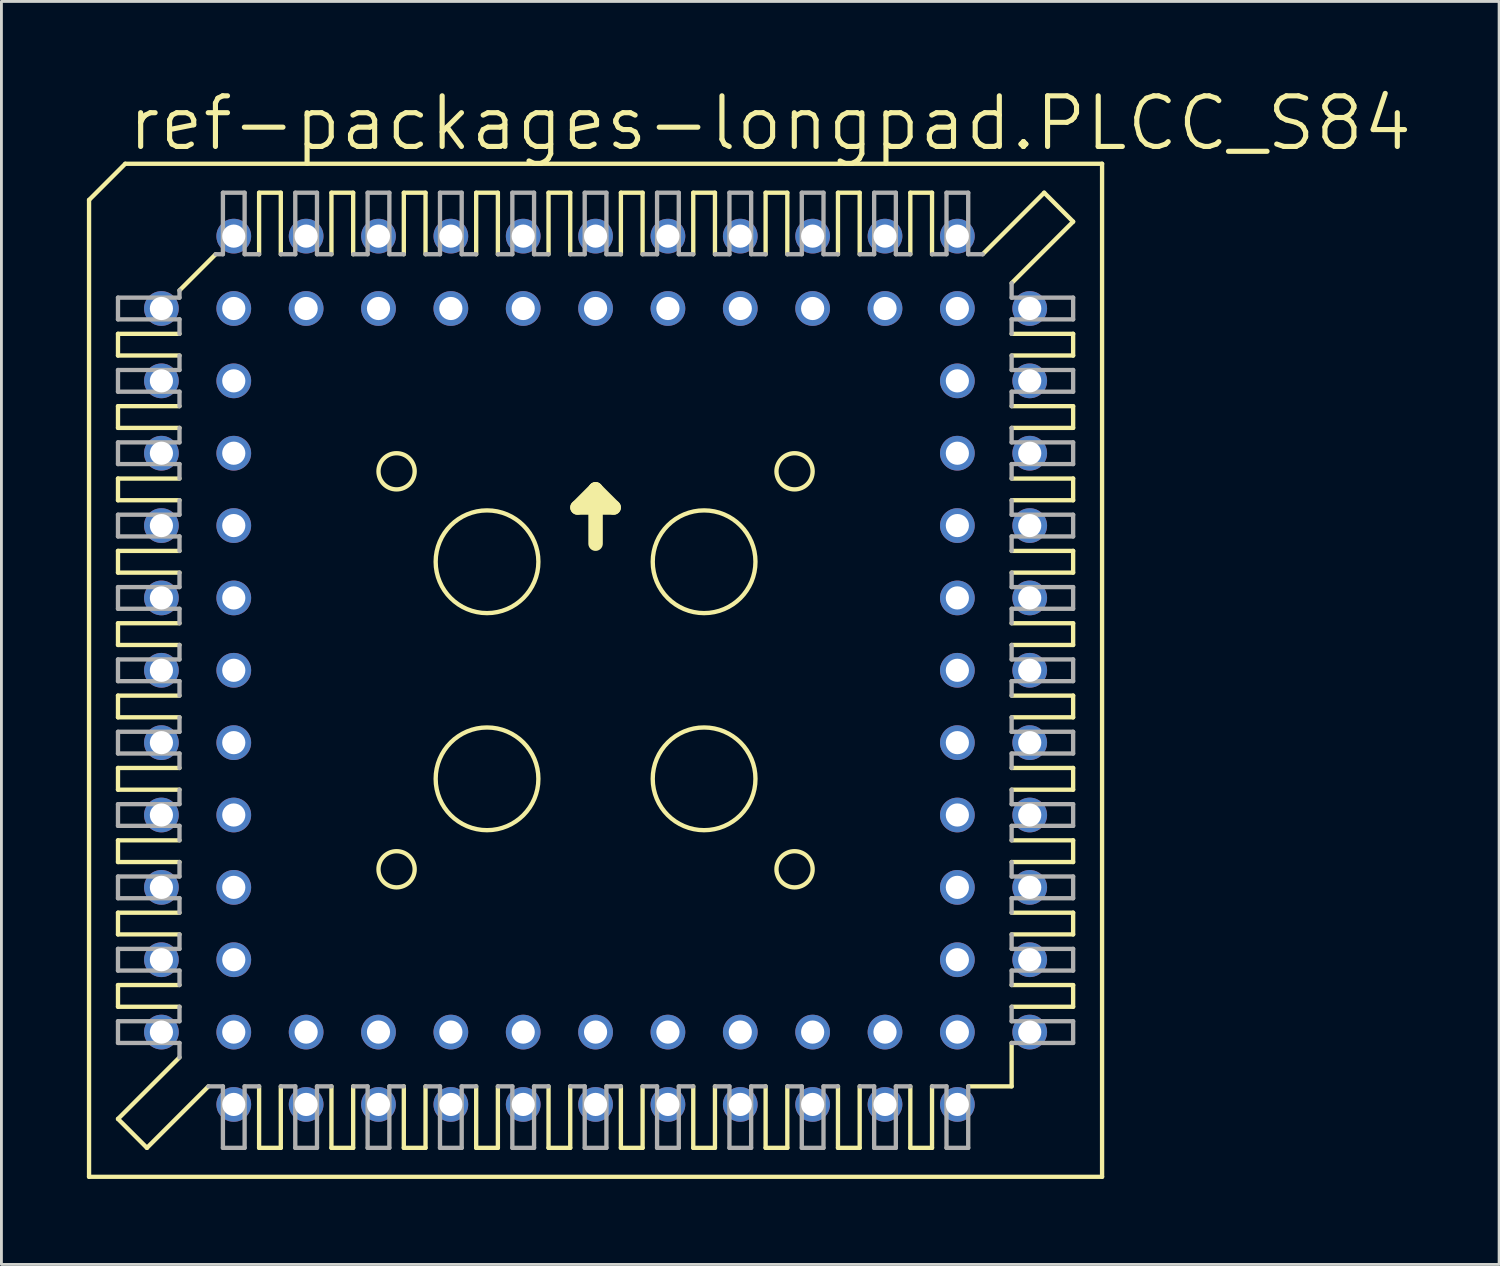
<source format=kicad_pcb>
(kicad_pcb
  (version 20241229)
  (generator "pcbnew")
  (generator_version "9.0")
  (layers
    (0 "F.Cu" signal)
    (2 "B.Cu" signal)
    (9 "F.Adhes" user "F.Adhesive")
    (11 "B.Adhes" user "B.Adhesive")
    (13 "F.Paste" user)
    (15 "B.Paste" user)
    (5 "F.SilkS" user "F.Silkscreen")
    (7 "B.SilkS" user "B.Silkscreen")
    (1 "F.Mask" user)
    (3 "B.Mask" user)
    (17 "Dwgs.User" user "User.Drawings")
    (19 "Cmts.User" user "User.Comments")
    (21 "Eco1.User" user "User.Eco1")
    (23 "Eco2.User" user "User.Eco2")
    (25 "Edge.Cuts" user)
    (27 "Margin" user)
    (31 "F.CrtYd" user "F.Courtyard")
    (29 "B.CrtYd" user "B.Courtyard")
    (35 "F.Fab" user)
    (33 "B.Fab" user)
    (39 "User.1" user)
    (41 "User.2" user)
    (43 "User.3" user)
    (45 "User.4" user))
  (footprint "ref-packages-longpad.PLCC_S84"
    (layer "F.Cu")
    (at 17.856 20.479)
    (property "Reference" "ref-packages-longpad.PLCC_S84" (at -16.51 -18.161 0) (layer "F.SilkS") (effects (font (size 1.778 1.778) (thickness 0.18)) (justify left bottom)))
    (attr through_hole)
    (fp_line (start -17.78 -16.51) (end -17.78 17.78) (stroke (width 0.152) (type default)) (layer "F.SilkS"))
    (fp_line (start -16.764 -11.811) (end -16.764 -11.049) (stroke (width 0.152) (type default)) (layer "F.SilkS"))
    (fp_line (start -16.764 -11.811) (end -14.605 -11.811) (stroke (width 0.152) (type default)) (layer "F.SilkS"))
    (fp_line (start -16.764 -9.271) (end -16.764 -8.509) (stroke (width 0.152) (type default)) (layer "F.SilkS"))
    (fp_line (start -16.764 -9.271) (end -14.605 -9.271) (stroke (width 0.152) (type default)) (layer "F.SilkS"))
    (fp_line (start -16.764 -6.731) (end -16.764 -5.969) (stroke (width 0.152) (type default)) (layer "F.SilkS"))
    (fp_line (start -16.764 -6.731) (end -14.605 -6.731) (stroke (width 0.152) (type default)) (layer "F.SilkS"))
    (fp_line (start -16.764 -4.191) (end -16.764 -3.429) (stroke (width 0.152) (type default)) (layer "F.SilkS"))
    (fp_line (start -16.764 -4.191) (end -14.605 -4.191) (stroke (width 0.152) (type default)) (layer "F.SilkS"))
    (fp_line (start -16.764 -0.889) (end -16.764 -1.651) (stroke (width 0.152) (type default)) (layer "F.SilkS"))
    (fp_line (start -16.764 -0.889) (end -14.605 -0.889) (stroke (width 0.152) (type default)) (layer "F.SilkS"))
    (fp_line (start -16.764 1.651) (end -16.764 0.889) (stroke (width 0.152) (type default)) (layer "F.SilkS"))
    (fp_line (start -16.764 1.651) (end -14.605 1.651) (stroke (width 0.152) (type default)) (layer "F.SilkS"))
    (fp_line (start -16.764 4.191) (end -16.764 3.429) (stroke (width 0.152) (type default)) (layer "F.SilkS"))
    (fp_line (start -16.764 4.191) (end -14.605 4.191) (stroke (width 0.152) (type default)) (layer "F.SilkS"))
    (fp_line (start -16.764 5.969) (end -16.764 6.731) (stroke (width 0.152) (type default)) (layer "F.SilkS"))
    (fp_line (start -16.764 5.969) (end -14.605 5.969) (stroke (width 0.152) (type default)) (layer "F.SilkS"))
    (fp_line (start -16.764 8.509) (end -16.764 9.271) (stroke (width 0.152) (type default)) (layer "F.SilkS"))
    (fp_line (start -16.764 8.509) (end -14.605 8.509) (stroke (width 0.152) (type default)) (layer "F.SilkS"))
    (fp_line (start -16.764 11.811) (end -16.764 11.049) (stroke (width 0.152) (type default)) (layer "F.SilkS"))
    (fp_line (start -16.764 11.811) (end -14.605 11.811) (stroke (width 0.152) (type default)) (layer "F.SilkS"))
    (fp_line (start -16.764 15.748) (end -14.605 13.589) (stroke (width 0.152) (type default)) (layer "F.SilkS"))
    (fp_line (start -16.51 -17.78) (end -17.78 -16.51) (stroke (width 0.152) (type default)) (layer "F.SilkS"))
    (fp_line (start -15.748 16.764) (end -16.764 15.748) (stroke (width 0.152) (type default)) (layer "F.SilkS"))
    (fp_line (start -15.748 16.764) (end -13.589 14.605) (stroke (width 0.152) (type default)) (layer "F.SilkS"))
    (fp_line (start -14.605 -13.335) (end -13.335 -14.605) (stroke (width 0.152) (type default)) (layer "F.SilkS"))
    (fp_line (start -14.605 -11.049) (end -16.764 -11.049) (stroke (width 0.152) (type default)) (layer "F.SilkS"))
    (fp_line (start -14.605 -8.509) (end -16.764 -8.509) (stroke (width 0.152) (type default)) (layer "F.SilkS"))
    (fp_line (start -14.605 -5.969) (end -16.764 -5.969) (stroke (width 0.152) (type default)) (layer "F.SilkS"))
    (fp_line (start -14.605 -3.429) (end -16.764 -3.429) (stroke (width 0.152) (type default)) (layer "F.SilkS"))
    (fp_line (start -14.605 -1.651) (end -16.764 -1.651) (stroke (width 0.152) (type default)) (layer "F.SilkS"))
    (fp_line (start -14.605 0.889) (end -16.764 0.889) (stroke (width 0.152) (type default)) (layer "F.SilkS"))
    (fp_line (start -14.605 3.429) (end -16.764 3.429) (stroke (width 0.152) (type default)) (layer "F.SilkS"))
    (fp_line (start -14.605 6.731) (end -16.764 6.731) (stroke (width 0.152) (type default)) (layer "F.SilkS"))
    (fp_line (start -14.605 9.271) (end -16.764 9.271) (stroke (width 0.152) (type default)) (layer "F.SilkS"))
    (fp_line (start -14.605 11.049) (end -16.764 11.049) (stroke (width 0.152) (type default)) (layer "F.SilkS"))
    (fp_line (start -11.811 -16.764) (end -11.811 -14.605) (stroke (width 0.152) (type default)) (layer "F.SilkS"))
    (fp_line (start -11.811 -16.764) (end -11.049 -16.764) (stroke (width 0.152) (type default)) (layer "F.SilkS"))
    (fp_line (start -11.811 16.764) (end -11.811 14.605) (stroke (width 0.152) (type default)) (layer "F.SilkS"))
    (fp_line (start -11.811 16.764) (end -11.049 16.764) (stroke (width 0.152) (type default)) (layer "F.SilkS"))
    (fp_line (start -11.049 -14.605) (end -11.049 -16.764) (stroke (width 0.152) (type default)) (layer "F.SilkS"))
    (fp_line (start -11.049 14.605) (end -11.049 16.764) (stroke (width 0.152) (type default)) (layer "F.SilkS"))
    (fp_line (start -9.271 -14.605) (end -9.271 -16.764) (stroke (width 0.152) (type default)) (layer "F.SilkS"))
    (fp_line (start -9.271 16.764) (end -9.271 14.605) (stroke (width 0.152) (type default)) (layer "F.SilkS"))
    (fp_line (start -9.271 16.764) (end -8.509 16.764) (stroke (width 0.152) (type default)) (layer "F.SilkS"))
    (fp_line (start -8.509 -16.764) (end -9.271 -16.764) (stroke (width 0.152) (type default)) (layer "F.SilkS"))
    (fp_line (start -8.509 -16.764) (end -8.509 -14.605) (stroke (width 0.152) (type default)) (layer "F.SilkS"))
    (fp_line (start -8.509 14.605) (end -8.509 16.764) (stroke (width 0.152) (type default)) (layer "F.SilkS"))
    (fp_line (start -6.731 -14.605) (end -6.731 -16.764) (stroke (width 0.152) (type default)) (layer "F.SilkS"))
    (fp_line (start -6.731 16.764) (end -6.731 14.605) (stroke (width 0.152) (type default)) (layer "F.SilkS"))
    (fp_line (start -6.731 16.764) (end -5.969 16.764) (stroke (width 0.152) (type default)) (layer "F.SilkS"))
    (fp_line (start -5.969 -16.764) (end -6.731 -16.764) (stroke (width 0.152) (type default)) (layer "F.SilkS"))
    (fp_line (start -5.969 -16.764) (end -5.969 -14.605) (stroke (width 0.152) (type default)) (layer "F.SilkS"))
    (fp_line (start -5.969 14.605) (end -5.969 16.764) (stroke (width 0.152) (type default)) (layer "F.SilkS"))
    (fp_line (start -4.191 -14.605) (end -4.191 -16.764) (stroke (width 0.152) (type default)) (layer "F.SilkS"))
    (fp_line (start -4.191 16.764) (end -4.191 14.605) (stroke (width 0.152) (type default)) (layer "F.SilkS"))
    (fp_line (start -4.191 16.764) (end -3.429 16.764) (stroke (width 0.152) (type default)) (layer "F.SilkS"))
    (fp_line (start -3.429 -16.764) (end -4.191 -16.764) (stroke (width 0.152) (type default)) (layer "F.SilkS"))
    (fp_line (start -3.429 -16.764) (end -3.429 -14.605) (stroke (width 0.152) (type default)) (layer "F.SilkS"))
    (fp_line (start -3.429 14.605) (end -3.429 16.764) (stroke (width 0.152) (type default)) (layer "F.SilkS"))
    (fp_line (start -1.651 -14.605) (end -1.651 -16.764) (stroke (width 0.152) (type default)) (layer "F.SilkS"))
    (fp_line (start -1.651 16.764) (end -1.651 14.605) (stroke (width 0.152) (type default)) (layer "F.SilkS"))
    (fp_line (start -1.651 16.764) (end -0.889 16.764) (stroke (width 0.152) (type default)) (layer "F.SilkS"))
    (fp_line (start -0.889 -16.764) (end -1.651 -16.764) (stroke (width 0.152) (type default)) (layer "F.SilkS"))
    (fp_line (start -0.889 -16.764) (end -0.889 -14.605) (stroke (width 0.152) (type default)) (layer "F.SilkS"))
    (fp_line (start -0.889 14.605) (end -0.889 16.764) (stroke (width 0.152) (type default)) (layer "F.SilkS"))
    (fp_line (start -0.635 -5.715) (end 0 -6.35) (stroke (width 0.508) (type default)) (layer "F.SilkS"))
    (fp_line (start 0 -6.35) (end 0 -4.445) (stroke (width 0.508) (type default)) (layer "F.SilkS"))
    (fp_line (start 0 -6.35) (end 0.635 -5.715) (stroke (width 0.508) (type default)) (layer "F.SilkS"))
    (fp_line (start 0.635 -5.715) (end -0.635 -5.715) (stroke (width 0.508) (type default)) (layer "F.SilkS"))
    (fp_line (start 0.889 -14.605) (end 0.889 -16.764) (stroke (width 0.152) (type default)) (layer "F.SilkS"))
    (fp_line (start 0.889 16.764) (end 0.889 14.605) (stroke (width 0.152) (type default)) (layer "F.SilkS"))
    (fp_line (start 0.889 16.764) (end 1.651 16.764) (stroke (width 0.152) (type default)) (layer "F.SilkS"))
    (fp_line (start 1.651 -16.764) (end 0.889 -16.764) (stroke (width 0.152) (type default)) (layer "F.SilkS"))
    (fp_line (start 1.651 -16.764) (end 1.651 -14.605) (stroke (width 0.152) (type default)) (layer "F.SilkS"))
    (fp_line (start 1.651 14.605) (end 1.651 16.764) (stroke (width 0.152) (type default)) (layer "F.SilkS"))
    (fp_line (start 3.429 -14.605) (end 3.429 -16.764) (stroke (width 0.152) (type default)) (layer "F.SilkS"))
    (fp_line (start 3.429 16.764) (end 3.429 14.605) (stroke (width 0.152) (type default)) (layer "F.SilkS"))
    (fp_line (start 3.429 16.764) (end 4.191 16.764) (stroke (width 0.152) (type default)) (layer "F.SilkS"))
    (fp_line (start 4.191 -16.764) (end 3.429 -16.764) (stroke (width 0.152) (type default)) (layer "F.SilkS"))
    (fp_line (start 4.191 -16.764) (end 4.191 -14.605) (stroke (width 0.152) (type default)) (layer "F.SilkS"))
    (fp_line (start 4.191 14.605) (end 4.191 16.764) (stroke (width 0.152) (type default)) (layer "F.SilkS"))
    (fp_line (start 5.969 -14.605) (end 5.969 -16.764) (stroke (width 0.152) (type default)) (layer "F.SilkS"))
    (fp_line (start 5.969 16.764) (end 5.969 14.605) (stroke (width 0.152) (type default)) (layer "F.SilkS"))
    (fp_line (start 5.969 16.764) (end 6.731 16.764) (stroke (width 0.152) (type default)) (layer "F.SilkS"))
    (fp_line (start 6.731 -16.764) (end 5.969 -16.764) (stroke (width 0.152) (type default)) (layer "F.SilkS"))
    (fp_line (start 6.731 -16.764) (end 6.731 -14.605) (stroke (width 0.152) (type default)) (layer "F.SilkS"))
    (fp_line (start 6.731 14.605) (end 6.731 16.764) (stroke (width 0.152) (type default)) (layer "F.SilkS"))
    (fp_line (start 8.509 -14.605) (end 8.509 -16.764) (stroke (width 0.152) (type default)) (layer "F.SilkS"))
    (fp_line (start 8.509 16.764) (end 8.509 14.605) (stroke (width 0.152) (type default)) (layer "F.SilkS"))
    (fp_line (start 8.509 16.764) (end 9.271 16.764) (stroke (width 0.152) (type default)) (layer "F.SilkS"))
    (fp_line (start 9.271 -16.764) (end 8.509 -16.764) (stroke (width 0.152) (type default)) (layer "F.SilkS"))
    (fp_line (start 9.271 -16.764) (end 9.271 -14.605) (stroke (width 0.152) (type default)) (layer "F.SilkS"))
    (fp_line (start 9.271 14.605) (end 9.271 16.764) (stroke (width 0.152) (type default)) (layer "F.SilkS"))
    (fp_line (start 11.049 -14.605) (end 11.049 -16.764) (stroke (width 0.152) (type default)) (layer "F.SilkS"))
    (fp_line (start 11.049 14.605) (end 11.049 16.764) (stroke (width 0.152) (type default)) (layer "F.SilkS"))
    (fp_line (start 11.811 -16.764) (end 11.049 -16.764) (stroke (width 0.152) (type default)) (layer "F.SilkS"))
    (fp_line (start 11.811 -16.764) (end 11.811 -14.605) (stroke (width 0.152) (type default)) (layer "F.SilkS"))
    (fp_line (start 11.811 16.764) (end 11.049 16.764) (stroke (width 0.152) (type default)) (layer "F.SilkS"))
    (fp_line (start 11.811 16.764) (end 11.811 14.605) (stroke (width 0.152) (type default)) (layer "F.SilkS"))
    (fp_line (start 13.081 14.605) (end 14.605 14.605) (stroke (width 0.152) (type default)) (layer "F.SilkS"))
    (fp_line (start 14.605 -11.049) (end 16.764 -11.049) (stroke (width 0.152) (type default)) (layer "F.SilkS"))
    (fp_line (start 14.605 -9.271) (end 16.764 -9.271) (stroke (width 0.152) (type default)) (layer "F.SilkS"))
    (fp_line (start 14.605 -6.731) (end 16.764 -6.731) (stroke (width 0.152) (type default)) (layer "F.SilkS"))
    (fp_line (start 14.605 -3.429) (end 16.764 -3.429) (stroke (width 0.152) (type default)) (layer "F.SilkS"))
    (fp_line (start 14.605 -0.889) (end 16.764 -0.889) (stroke (width 0.152) (type default)) (layer "F.SilkS"))
    (fp_line (start 14.605 1.651) (end 16.764 1.651) (stroke (width 0.152) (type default)) (layer "F.SilkS"))
    (fp_line (start 14.605 3.429) (end 16.764 3.429) (stroke (width 0.152) (type default)) (layer "F.SilkS"))
    (fp_line (start 14.605 5.969) (end 16.764 5.969) (stroke (width 0.152) (type default)) (layer "F.SilkS"))
    (fp_line (start 14.605 8.509) (end 16.764 8.509) (stroke (width 0.152) (type default)) (layer "F.SilkS"))
    (fp_line (start 14.605 11.049) (end 16.764 11.049) (stroke (width 0.152) (type default)) (layer "F.SilkS"))
    (fp_line (start 14.605 14.605) (end 14.605 13.081) (stroke (width 0.152) (type default)) (layer "F.SilkS"))
    (fp_line (start 15.748 -16.764) (end 13.589 -14.605) (stroke (width 0.152) (type default)) (layer "F.SilkS"))
    (fp_line (start 16.764 -15.748) (end 14.605 -13.589) (stroke (width 0.152) (type default)) (layer "F.SilkS"))
    (fp_line (start 16.764 -15.748) (end 15.748 -16.764) (stroke (width 0.152) (type default)) (layer "F.SilkS"))
    (fp_line (start 16.764 -11.811) (end 14.605 -11.811) (stroke (width 0.152) (type default)) (layer "F.SilkS"))
    (fp_line (start 16.764 -11.811) (end 16.764 -11.049) (stroke (width 0.152) (type default)) (layer "F.SilkS"))
    (fp_line (start 16.764 -8.509) (end 14.605 -8.509) (stroke (width 0.152) (type default)) (layer "F.SilkS"))
    (fp_line (start 16.764 -8.509) (end 16.764 -9.271) (stroke (width 0.152) (type default)) (layer "F.SilkS"))
    (fp_line (start 16.764 -5.969) (end 14.605 -5.969) (stroke (width 0.152) (type default)) (layer "F.SilkS"))
    (fp_line (start 16.764 -5.969) (end 16.764 -6.731) (stroke (width 0.152) (type default)) (layer "F.SilkS"))
    (fp_line (start 16.764 -4.191) (end 14.605 -4.191) (stroke (width 0.152) (type default)) (layer "F.SilkS"))
    (fp_line (start 16.764 -4.191) (end 16.764 -3.429) (stroke (width 0.152) (type default)) (layer "F.SilkS"))
    (fp_line (start 16.764 -1.651) (end 14.605 -1.651) (stroke (width 0.152) (type default)) (layer "F.SilkS"))
    (fp_line (start 16.764 -1.651) (end 16.764 -0.889) (stroke (width 0.152) (type default)) (layer "F.SilkS"))
    (fp_line (start 16.764 0.889) (end 14.605 0.889) (stroke (width 0.152) (type default)) (layer "F.SilkS"))
    (fp_line (start 16.764 0.889) (end 16.764 1.651) (stroke (width 0.152) (type default)) (layer "F.SilkS"))
    (fp_line (start 16.764 4.191) (end 14.605 4.191) (stroke (width 0.152) (type default)) (layer "F.SilkS"))
    (fp_line (start 16.764 4.191) (end 16.764 3.429) (stroke (width 0.152) (type default)) (layer "F.SilkS"))
    (fp_line (start 16.764 6.731) (end 14.605 6.731) (stroke (width 0.152) (type default)) (layer "F.SilkS"))
    (fp_line (start 16.764 6.731) (end 16.764 5.969) (stroke (width 0.152) (type default)) (layer "F.SilkS"))
    (fp_line (start 16.764 9.271) (end 14.605 9.271) (stroke (width 0.152) (type default)) (layer "F.SilkS"))
    (fp_line (start 16.764 9.271) (end 16.764 8.509) (stroke (width 0.152) (type default)) (layer "F.SilkS"))
    (fp_line (start 16.764 11.811) (end 14.605 11.811) (stroke (width 0.152) (type default)) (layer "F.SilkS"))
    (fp_line (start 16.764 11.811) (end 16.764 11.049) (stroke (width 0.152) (type default)) (layer "F.SilkS"))
    (fp_line (start 17.78 -17.78) (end -16.51 -17.78) (stroke (width 0.152) (type default)) (layer "F.SilkS"))
    (fp_line (start 17.78 17.78) (end -17.78 17.78) (stroke (width 0.152) (type default)) (layer "F.SilkS"))
    (fp_line (start 17.78 17.78) (end 17.78 -17.78) (stroke (width 0.152) (type default)) (layer "F.SilkS"))
    (fp_circle (center -6.985 -6.985) (end -6.35 -6.985) (stroke (width 0.152) (type default)) (fill no) (layer "F.SilkS"))
    (fp_circle (center -6.985 6.985) (end -6.35 6.985) (stroke (width 0.152) (type default)) (fill no) (layer "F.SilkS"))
    (fp_circle (center -3.81 -3.81) (end -2.007 -3.81) (stroke (width 0.152) (type default)) (fill no) (layer "F.SilkS"))
    (fp_circle (center -3.81 3.81) (end -2.007 3.81) (stroke (width 0.152) (type default)) (fill no) (layer "F.SilkS"))
    (fp_circle (center 3.81 -3.81) (end 5.613 -3.81) (stroke (width 0.152) (type default)) (fill no) (layer "F.SilkS"))
    (fp_circle (center 3.81 3.81) (end 5.613 3.81) (stroke (width 0.152) (type default)) (fill no) (layer "F.SilkS"))
    (fp_circle (center 6.985 -6.985) (end 7.62 -6.985) (stroke (width 0.152) (type default)) (fill no) (layer "F.SilkS"))
    (fp_circle (center 6.985 6.985) (end 7.62 6.985) (stroke (width 0.152) (type default)) (fill no) (layer "F.SilkS"))
    (fp_line (start -16.764 -13.081) (end -16.764 -12.319) (stroke (width 0.152) (type default)) (layer "F.Fab"))
    (fp_line (start -16.764 -13.081) (end -14.605 -13.081) (stroke (width 0.152) (type default)) (layer "F.Fab"))
    (fp_line (start -16.764 -10.541) (end -16.764 -9.779) (stroke (width 0.152) (type default)) (layer "F.Fab"))
    (fp_line (start -16.764 -10.541) (end -14.605 -10.541) (stroke (width 0.152) (type default)) (layer "F.Fab"))
    (fp_line (start -16.764 -7.239) (end -16.764 -8.001) (stroke (width 0.152) (type default)) (layer "F.Fab"))
    (fp_line (start -16.764 -7.239) (end -14.605 -7.239) (stroke (width 0.152) (type default)) (layer "F.Fab"))
    (fp_line (start -16.764 -5.461) (end -16.764 -4.699) (stroke (width 0.152) (type default)) (layer "F.Fab"))
    (fp_line (start -16.764 -5.461) (end -14.605 -5.461) (stroke (width 0.152) (type default)) (layer "F.Fab"))
    (fp_line (start -16.764 -2.921) (end -16.764 -2.159) (stroke (width 0.152) (type default)) (layer "F.Fab"))
    (fp_line (start -16.764 -2.921) (end -14.605 -2.921) (stroke (width 0.152) (type default)) (layer "F.Fab"))
    (fp_line (start -16.764 0.381) (end -16.764 -0.381) (stroke (width 0.152) (type default)) (layer "F.Fab"))
    (fp_line (start -16.764 0.381) (end -14.605 0.381) (stroke (width 0.152) (type default)) (layer "F.Fab"))
    (fp_line (start -16.764 2.921) (end -16.764 2.159) (stroke (width 0.152) (type default)) (layer "F.Fab"))
    (fp_line (start -16.764 2.921) (end -14.605 2.921) (stroke (width 0.152) (type default)) (layer "F.Fab"))
    (fp_line (start -16.764 5.461) (end -16.764 4.699) (stroke (width 0.152) (type default)) (layer "F.Fab"))
    (fp_line (start -16.764 5.461) (end -14.605 5.461) (stroke (width 0.152) (type default)) (layer "F.Fab"))
    (fp_line (start -16.764 7.239) (end -16.764 8.001) (stroke (width 0.152) (type default)) (layer "F.Fab"))
    (fp_line (start -16.764 7.239) (end -14.605 7.239) (stroke (width 0.152) (type default)) (layer "F.Fab"))
    (fp_line (start -16.764 9.779) (end -16.764 10.541) (stroke (width 0.152) (type default)) (layer "F.Fab"))
    (fp_line (start -16.764 9.779) (end -14.605 9.779) (stroke (width 0.152) (type default)) (layer "F.Fab"))
    (fp_line (start -16.764 13.081) (end -16.764 12.319) (stroke (width 0.152) (type default)) (layer "F.Fab"))
    (fp_line (start -16.764 13.081) (end -14.605 13.081) (stroke (width 0.152) (type default)) (layer "F.Fab"))
    (fp_line (start -14.605 -13.081) (end -14.605 -13.335) (stroke (width 0.152) (type default)) (layer "F.Fab"))
    (fp_line (start -14.605 -12.319) (end -16.764 -12.319) (stroke (width 0.152) (type default)) (layer "F.Fab"))
    (fp_line (start -14.605 -12.319) (end -14.605 -11.811) (stroke (width 0.152) (type default)) (layer "F.Fab"))
    (fp_line (start -14.605 -11.049) (end -14.605 -10.541) (stroke (width 0.152) (type default)) (layer "F.Fab"))
    (fp_line (start -14.605 -9.779) (end -16.764 -9.779) (stroke (width 0.152) (type default)) (layer "F.Fab"))
    (fp_line (start -14.605 -9.779) (end -14.605 -9.271) (stroke (width 0.152) (type default)) (layer "F.Fab"))
    (fp_line (start -14.605 -8.001) (end -16.764 -8.001) (stroke (width 0.152) (type default)) (layer "F.Fab"))
    (fp_line (start -14.605 -8.001) (end -14.605 -8.509) (stroke (width 0.152) (type default)) (layer "F.Fab"))
    (fp_line (start -14.605 -6.731) (end -14.605 -7.239) (stroke (width 0.152) (type default)) (layer "F.Fab"))
    (fp_line (start -14.605 -5.969) (end -14.605 -5.461) (stroke (width 0.152) (type default)) (layer "F.Fab"))
    (fp_line (start -14.605 -4.699) (end -16.764 -4.699) (stroke (width 0.152) (type default)) (layer "F.Fab"))
    (fp_line (start -14.605 -4.699) (end -14.605 -4.191) (stroke (width 0.152) (type default)) (layer "F.Fab"))
    (fp_line (start -14.605 -3.429) (end -14.605 -2.921) (stroke (width 0.152) (type default)) (layer "F.Fab"))
    (fp_line (start -14.605 -2.159) (end -16.764 -2.159) (stroke (width 0.152) (type default)) (layer "F.Fab"))
    (fp_line (start -14.605 -2.159) (end -14.605 -1.651) (stroke (width 0.152) (type default)) (layer "F.Fab"))
    (fp_line (start -14.605 -0.381) (end -16.764 -0.381) (stroke (width 0.152) (type default)) (layer "F.Fab"))
    (fp_line (start -14.605 -0.381) (end -14.605 -0.889) (stroke (width 0.152) (type default)) (layer "F.Fab"))
    (fp_line (start -14.605 0.889) (end -14.605 0.381) (stroke (width 0.152) (type default)) (layer "F.Fab"))
    (fp_line (start -14.605 2.159) (end -16.764 2.159) (stroke (width 0.152) (type default)) (layer "F.Fab"))
    (fp_line (start -14.605 2.159) (end -14.605 1.651) (stroke (width 0.152) (type default)) (layer "F.Fab"))
    (fp_line (start -14.605 3.429) (end -14.605 2.921) (stroke (width 0.152) (type default)) (layer "F.Fab"))
    (fp_line (start -14.605 4.699) (end -16.764 4.699) (stroke (width 0.152) (type default)) (layer "F.Fab"))
    (fp_line (start -14.605 4.699) (end -14.605 4.191) (stroke (width 0.152) (type default)) (layer "F.Fab"))
    (fp_line (start -14.605 5.461) (end -14.605 5.969) (stroke (width 0.152) (type default)) (layer "F.Fab"))
    (fp_line (start -14.605 6.731) (end -14.605 7.239) (stroke (width 0.152) (type default)) (layer "F.Fab"))
    (fp_line (start -14.605 8.001) (end -16.764 8.001) (stroke (width 0.152) (type default)) (layer "F.Fab"))
    (fp_line (start -14.605 8.001) (end -14.605 8.509) (stroke (width 0.152) (type default)) (layer "F.Fab"))
    (fp_line (start -14.605 9.271) (end -14.605 9.779) (stroke (width 0.152) (type default)) (layer "F.Fab"))
    (fp_line (start -14.605 10.541) (end -16.764 10.541) (stroke (width 0.152) (type default)) (layer "F.Fab"))
    (fp_line (start -14.605 11.049) (end -14.605 10.541) (stroke (width 0.152) (type default)) (layer "F.Fab"))
    (fp_line (start -14.605 12.319) (end -16.764 12.319) (stroke (width 0.152) (type default)) (layer "F.Fab"))
    (fp_line (start -14.605 12.319) (end -14.605 11.811) (stroke (width 0.152) (type default)) (layer "F.Fab"))
    (fp_line (start -14.605 13.589) (end -14.605 13.081) (stroke (width 0.152) (type default)) (layer "F.Fab"))
    (fp_line (start -13.589 14.605) (end -13.081 14.605) (stroke (width 0.152) (type default)) (layer "F.Fab"))
    (fp_line (start -13.335 -14.605) (end -13.081 -14.605) (stroke (width 0.152) (type default)) (layer "F.Fab"))
    (fp_line (start -13.081 -14.605) (end -13.081 -16.764) (stroke (width 0.152) (type default)) (layer "F.Fab"))
    (fp_line (start -13.081 16.764) (end -13.081 14.605) (stroke (width 0.152) (type default)) (layer "F.Fab"))
    (fp_line (start -13.081 16.764) (end -12.319 16.764) (stroke (width 0.152) (type default)) (layer "F.Fab"))
    (fp_line (start -12.319 -16.764) (end -13.081 -16.764) (stroke (width 0.152) (type default)) (layer "F.Fab"))
    (fp_line (start -12.319 -16.764) (end -12.319 -14.605) (stroke (width 0.152) (type default)) (layer "F.Fab"))
    (fp_line (start -12.319 -14.605) (end -11.811 -14.605) (stroke (width 0.152) (type default)) (layer "F.Fab"))
    (fp_line (start -12.319 14.605) (end -12.319 16.764) (stroke (width 0.152) (type default)) (layer "F.Fab"))
    (fp_line (start -12.319 14.605) (end -11.811 14.605) (stroke (width 0.152) (type default)) (layer "F.Fab"))
    (fp_line (start -11.049 -14.605) (end -10.541 -14.605) (stroke (width 0.152) (type default)) (layer "F.Fab"))
    (fp_line (start -11.049 14.605) (end -10.541 14.605) (stroke (width 0.152) (type default)) (layer "F.Fab"))
    (fp_line (start -10.541 -14.605) (end -10.541 -16.764) (stroke (width 0.152) (type default)) (layer "F.Fab"))
    (fp_line (start -10.541 16.764) (end -10.541 14.605) (stroke (width 0.152) (type default)) (layer "F.Fab"))
    (fp_line (start -10.541 16.764) (end -9.779 16.764) (stroke (width 0.152) (type default)) (layer "F.Fab"))
    (fp_line (start -9.779 -16.764) (end -10.541 -16.764) (stroke (width 0.152) (type default)) (layer "F.Fab"))
    (fp_line (start -9.779 -16.764) (end -9.779 -14.605) (stroke (width 0.152) (type default)) (layer "F.Fab"))
    (fp_line (start -9.779 14.605) (end -9.779 16.764) (stroke (width 0.152) (type default)) (layer "F.Fab"))
    (fp_line (start -9.779 14.605) (end -9.271 14.605) (stroke (width 0.152) (type default)) (layer "F.Fab"))
    (fp_line (start -9.271 -14.605) (end -9.779 -14.605) (stroke (width 0.152) (type default)) (layer "F.Fab"))
    (fp_line (start -8.001 -14.605) (end -8.509 -14.605) (stroke (width 0.152) (type default)) (layer "F.Fab"))
    (fp_line (start -8.001 -14.605) (end -8.001 -16.764) (stroke (width 0.152) (type default)) (layer "F.Fab"))
    (fp_line (start -8.001 14.605) (end -8.509 14.605) (stroke (width 0.152) (type default)) (layer "F.Fab"))
    (fp_line (start -8.001 14.605) (end -8.001 16.764) (stroke (width 0.152) (type default)) (layer "F.Fab"))
    (fp_line (start -7.239 -16.764) (end -8.001 -16.764) (stroke (width 0.152) (type default)) (layer "F.Fab"))
    (fp_line (start -7.239 -16.764) (end -7.239 -14.605) (stroke (width 0.152) (type default)) (layer "F.Fab"))
    (fp_line (start -7.239 16.764) (end -8.001 16.764) (stroke (width 0.152) (type default)) (layer "F.Fab"))
    (fp_line (start -7.239 16.764) (end -7.239 14.605) (stroke (width 0.152) (type default)) (layer "F.Fab"))
    (fp_line (start -6.731 -14.605) (end -7.239 -14.605) (stroke (width 0.152) (type default)) (layer "F.Fab"))
    (fp_line (start -6.731 14.605) (end -7.239 14.605) (stroke (width 0.152) (type default)) (layer "F.Fab"))
    (fp_line (start -5.969 14.605) (end -5.461 14.605) (stroke (width 0.152) (type default)) (layer "F.Fab"))
    (fp_line (start -5.461 -14.605) (end -5.969 -14.605) (stroke (width 0.152) (type default)) (layer "F.Fab"))
    (fp_line (start -5.461 -14.605) (end -5.461 -16.764) (stroke (width 0.152) (type default)) (layer "F.Fab"))
    (fp_line (start -5.461 16.764) (end -5.461 14.605) (stroke (width 0.152) (type default)) (layer "F.Fab"))
    (fp_line (start -5.461 16.764) (end -4.699 16.764) (stroke (width 0.152) (type default)) (layer "F.Fab"))
    (fp_line (start -4.699 -16.764) (end -5.461 -16.764) (stroke (width 0.152) (type default)) (layer "F.Fab"))
    (fp_line (start -4.699 -16.764) (end -4.699 -14.605) (stroke (width 0.152) (type default)) (layer "F.Fab"))
    (fp_line (start -4.699 14.605) (end -4.699 16.764) (stroke (width 0.152) (type default)) (layer "F.Fab"))
    (fp_line (start -4.699 14.605) (end -4.191 14.605) (stroke (width 0.152) (type default)) (layer "F.Fab"))
    (fp_line (start -4.191 -14.605) (end -4.699 -14.605) (stroke (width 0.152) (type default)) (layer "F.Fab"))
    (fp_line (start -3.429 14.605) (end -2.921 14.605) (stroke (width 0.152) (type default)) (layer "F.Fab"))
    (fp_line (start -2.921 -14.605) (end -3.429 -14.605) (stroke (width 0.152) (type default)) (layer "F.Fab"))
    (fp_line (start -2.921 -14.605) (end -2.921 -16.764) (stroke (width 0.152) (type default)) (layer "F.Fab"))
    (fp_line (start -2.921 16.764) (end -2.921 14.605) (stroke (width 0.152) (type default)) (layer "F.Fab"))
    (fp_line (start -2.921 16.764) (end -2.159 16.764) (stroke (width 0.152) (type default)) (layer "F.Fab"))
    (fp_line (start -2.159 -16.764) (end -2.921 -16.764) (stroke (width 0.152) (type default)) (layer "F.Fab"))
    (fp_line (start -2.159 -16.764) (end -2.159 -14.605) (stroke (width 0.152) (type default)) (layer "F.Fab"))
    (fp_line (start -2.159 14.605) (end -2.159 16.764) (stroke (width 0.152) (type default)) (layer "F.Fab"))
    (fp_line (start -2.159 14.605) (end -1.651 14.605) (stroke (width 0.152) (type default)) (layer "F.Fab"))
    (fp_line (start -1.651 -14.605) (end -2.159 -14.605) (stroke (width 0.152) (type default)) (layer "F.Fab"))
    (fp_line (start -0.889 14.605) (end -0.381 14.605) (stroke (width 0.152) (type default)) (layer "F.Fab"))
    (fp_line (start -0.381 -14.605) (end -0.889 -14.605) (stroke (width 0.152) (type default)) (layer "F.Fab"))
    (fp_line (start -0.381 -14.605) (end -0.381 -16.764) (stroke (width 0.152) (type default)) (layer "F.Fab"))
    (fp_line (start -0.381 16.764) (end -0.381 14.605) (stroke (width 0.152) (type default)) (layer "F.Fab"))
    (fp_line (start -0.381 16.764) (end 0.381 16.764) (stroke (width 0.152) (type default)) (layer "F.Fab"))
    (fp_line (start 0.381 -16.764) (end -0.381 -16.764) (stroke (width 0.152) (type default)) (layer "F.Fab"))
    (fp_line (start 0.381 -16.764) (end 0.381 -14.605) (stroke (width 0.152) (type default)) (layer "F.Fab"))
    (fp_line (start 0.381 14.605) (end 0.381 16.764) (stroke (width 0.152) (type default)) (layer "F.Fab"))
    (fp_line (start 0.381 14.605) (end 0.889 14.605) (stroke (width 0.152) (type default)) (layer "F.Fab"))
    (fp_line (start 0.889 -14.605) (end 0.381 -14.605) (stroke (width 0.152) (type default)) (layer "F.Fab"))
    (fp_line (start 1.651 14.605) (end 2.159 14.605) (stroke (width 0.152) (type default)) (layer "F.Fab"))
    (fp_line (start 2.159 -14.605) (end 1.651 -14.605) (stroke (width 0.152) (type default)) (layer "F.Fab"))
    (fp_line (start 2.159 -14.605) (end 2.159 -16.764) (stroke (width 0.152) (type default)) (layer "F.Fab"))
    (fp_line (start 2.159 16.764) (end 2.159 14.605) (stroke (width 0.152) (type default)) (layer "F.Fab"))
    (fp_line (start 2.159 16.764) (end 2.921 16.764) (stroke (width 0.152) (type default)) (layer "F.Fab"))
    (fp_line (start 2.921 -16.764) (end 2.159 -16.764) (stroke (width 0.152) (type default)) (layer "F.Fab"))
    (fp_line (start 2.921 -16.764) (end 2.921 -14.605) (stroke (width 0.152) (type default)) (layer "F.Fab"))
    (fp_line (start 2.921 14.605) (end 2.921 16.764) (stroke (width 0.152) (type default)) (layer "F.Fab"))
    (fp_line (start 2.921 14.605) (end 3.429 14.605) (stroke (width 0.152) (type default)) (layer "F.Fab"))
    (fp_line (start 3.429 -14.605) (end 2.921 -14.605) (stroke (width 0.152) (type default)) (layer "F.Fab"))
    (fp_line (start 4.191 14.605) (end 4.699 14.605) (stroke (width 0.152) (type default)) (layer "F.Fab"))
    (fp_line (start 4.699 -14.605) (end 4.191 -14.605) (stroke (width 0.152) (type default)) (layer "F.Fab"))
    (fp_line (start 4.699 -14.605) (end 4.699 -16.764) (stroke (width 0.152) (type default)) (layer "F.Fab"))
    (fp_line (start 4.699 16.764) (end 4.699 14.605) (stroke (width 0.152) (type default)) (layer "F.Fab"))
    (fp_line (start 4.699 16.764) (end 5.461 16.764) (stroke (width 0.152) (type default)) (layer "F.Fab"))
    (fp_line (start 5.461 -16.764) (end 4.699 -16.764) (stroke (width 0.152) (type default)) (layer "F.Fab"))
    (fp_line (start 5.461 -16.764) (end 5.461 -14.605) (stroke (width 0.152) (type default)) (layer "F.Fab"))
    (fp_line (start 5.461 14.605) (end 5.461 16.764) (stroke (width 0.152) (type default)) (layer "F.Fab"))
    (fp_line (start 5.461 14.605) (end 5.969 14.605) (stroke (width 0.152) (type default)) (layer "F.Fab"))
    (fp_line (start 5.969 -14.605) (end 5.461 -14.605) (stroke (width 0.152) (type default)) (layer "F.Fab"))
    (fp_line (start 6.731 -14.605) (end 7.239 -14.605) (stroke (width 0.152) (type default)) (layer "F.Fab"))
    (fp_line (start 6.731 14.605) (end 7.239 14.605) (stroke (width 0.152) (type default)) (layer "F.Fab"))
    (fp_line (start 7.239 -16.764) (end 7.239 -14.605) (stroke (width 0.152) (type default)) (layer "F.Fab"))
    (fp_line (start 7.239 -16.764) (end 8.001 -16.764) (stroke (width 0.152) (type default)) (layer "F.Fab"))
    (fp_line (start 7.239 16.764) (end 7.239 14.605) (stroke (width 0.152) (type default)) (layer "F.Fab"))
    (fp_line (start 7.239 16.764) (end 8.001 16.764) (stroke (width 0.152) (type default)) (layer "F.Fab"))
    (fp_line (start 8.001 -14.605) (end 8.001 -16.764) (stroke (width 0.152) (type default)) (layer "F.Fab"))
    (fp_line (start 8.001 -14.605) (end 8.509 -14.605) (stroke (width 0.152) (type default)) (layer "F.Fab"))
    (fp_line (start 8.001 14.605) (end 8.001 16.764) (stroke (width 0.152) (type default)) (layer "F.Fab"))
    (fp_line (start 8.001 14.605) (end 8.509 14.605) (stroke (width 0.152) (type default)) (layer "F.Fab"))
    (fp_line (start 9.271 14.605) (end 9.779 14.605) (stroke (width 0.152) (type default)) (layer "F.Fab"))
    (fp_line (start 9.779 -14.605) (end 9.271 -14.605) (stroke (width 0.152) (type default)) (layer "F.Fab"))
    (fp_line (start 9.779 -14.605) (end 9.779 -16.764) (stroke (width 0.152) (type default)) (layer "F.Fab"))
    (fp_line (start 9.779 16.764) (end 9.779 14.605) (stroke (width 0.152) (type default)) (layer "F.Fab"))
    (fp_line (start 9.779 16.764) (end 10.541 16.764) (stroke (width 0.152) (type default)) (layer "F.Fab"))
    (fp_line (start 10.541 -16.764) (end 9.779 -16.764) (stroke (width 0.152) (type default)) (layer "F.Fab"))
    (fp_line (start 10.541 -16.764) (end 10.541 -14.605) (stroke (width 0.152) (type default)) (layer "F.Fab"))
    (fp_line (start 10.541 14.605) (end 10.541 16.764) (stroke (width 0.152) (type default)) (layer "F.Fab"))
    (fp_line (start 11.049 -14.605) (end 10.541 -14.605) (stroke (width 0.152) (type default)) (layer "F.Fab"))
    (fp_line (start 11.049 14.605) (end 10.541 14.605) (stroke (width 0.152) (type default)) (layer "F.Fab"))
    (fp_line (start 12.319 -14.605) (end 11.811 -14.605) (stroke (width 0.152) (type default)) (layer "F.Fab"))
    (fp_line (start 12.319 -14.605) (end 12.319 -16.764) (stroke (width 0.152) (type default)) (layer "F.Fab"))
    (fp_line (start 12.319 14.605) (end 11.811 14.605) (stroke (width 0.152) (type default)) (layer "F.Fab"))
    (fp_line (start 12.319 16.764) (end 12.319 14.605) (stroke (width 0.152) (type default)) (layer "F.Fab"))
    (fp_line (start 12.319 16.764) (end 13.081 16.764) (stroke (width 0.152) (type default)) (layer "F.Fab"))
    (fp_line (start 13.081 -16.764) (end 12.319 -16.764) (stroke (width 0.152) (type default)) (layer "F.Fab"))
    (fp_line (start 13.081 -16.764) (end 13.081 -14.605) (stroke (width 0.152) (type default)) (layer "F.Fab"))
    (fp_line (start 13.081 14.605) (end 13.081 16.764) (stroke (width 0.152) (type default)) (layer "F.Fab"))
    (fp_line (start 13.589 -14.605) (end 13.081 -14.605) (stroke (width 0.152) (type default)) (layer "F.Fab"))
    (fp_line (start 14.605 -13.589) (end 14.605 -13.081) (stroke (width 0.152) (type default)) (layer "F.Fab"))
    (fp_line (start 14.605 -12.319) (end 14.605 -11.811) (stroke (width 0.152) (type default)) (layer "F.Fab"))
    (fp_line (start 14.605 -12.319) (end 16.764 -12.319) (stroke (width 0.152) (type default)) (layer "F.Fab"))
    (fp_line (start 14.605 -11.049) (end 14.605 -10.541) (stroke (width 0.152) (type default)) (layer "F.Fab"))
    (fp_line (start 14.605 -10.541) (end 16.764 -10.541) (stroke (width 0.152) (type default)) (layer "F.Fab"))
    (fp_line (start 14.605 -9.271) (end 14.605 -9.779) (stroke (width 0.152) (type default)) (layer "F.Fab"))
    (fp_line (start 14.605 -8.001) (end 14.605 -8.509) (stroke (width 0.152) (type default)) (layer "F.Fab"))
    (fp_line (start 14.605 -8.001) (end 16.764 -8.001) (stroke (width 0.152) (type default)) (layer "F.Fab"))
    (fp_line (start 14.605 -6.731) (end 14.605 -7.239) (stroke (width 0.152) (type default)) (layer "F.Fab"))
    (fp_line (start 14.605 -5.461) (end 14.605 -5.969) (stroke (width 0.152) (type default)) (layer "F.Fab"))
    (fp_line (start 14.605 -4.699) (end 14.605 -4.191) (stroke (width 0.152) (type default)) (layer "F.Fab"))
    (fp_line (start 14.605 -4.699) (end 16.764 -4.699) (stroke (width 0.152) (type default)) (layer "F.Fab"))
    (fp_line (start 14.605 -3.429) (end 14.605 -2.921) (stroke (width 0.152) (type default)) (layer "F.Fab"))
    (fp_line (start 14.605 -2.159) (end 14.605 -1.651) (stroke (width 0.152) (type default)) (layer "F.Fab"))
    (fp_line (start 14.605 -2.159) (end 16.764 -2.159) (stroke (width 0.152) (type default)) (layer "F.Fab"))
    (fp_line (start 14.605 -0.889) (end 14.605 -0.381) (stroke (width 0.152) (type default)) (layer "F.Fab"))
    (fp_line (start 14.605 0.381) (end 14.605 0.889) (stroke (width 0.152) (type default)) (layer "F.Fab"))
    (fp_line (start 14.605 0.381) (end 16.764 0.381) (stroke (width 0.152) (type default)) (layer "F.Fab"))
    (fp_line (start 14.605 1.651) (end 14.605 2.159) (stroke (width 0.152) (type default)) (layer "F.Fab"))
    (fp_line (start 14.605 2.159) (end 16.764 2.159) (stroke (width 0.152) (type default)) (layer "F.Fab"))
    (fp_line (start 14.605 3.429) (end 14.605 2.921) (stroke (width 0.152) (type default)) (layer "F.Fab"))
    (fp_line (start 14.605 4.699) (end 14.605 4.191) (stroke (width 0.152) (type default)) (layer "F.Fab"))
    (fp_line (start 14.605 4.699) (end 16.764 4.699) (stroke (width 0.152) (type default)) (layer "F.Fab"))
    (fp_line (start 14.605 5.969) (end 14.605 5.461) (stroke (width 0.152) (type default)) (layer "F.Fab"))
    (fp_line (start 14.605 6.731) (end 14.605 7.239) (stroke (width 0.152) (type default)) (layer "F.Fab"))
    (fp_line (start 14.605 8.001) (end 14.605 8.509) (stroke (width 0.152) (type default)) (layer "F.Fab"))
    (fp_line (start 14.605 8.001) (end 16.764 8.001) (stroke (width 0.152) (type default)) (layer "F.Fab"))
    (fp_line (start 14.605 9.779) (end 14.605 9.271) (stroke (width 0.152) (type default)) (layer "F.Fab"))
    (fp_line (start 14.605 9.779) (end 16.764 9.779) (stroke (width 0.152) (type default)) (layer "F.Fab"))
    (fp_line (start 14.605 11.049) (end 14.605 10.541) (stroke (width 0.152) (type default)) (layer "F.Fab"))
    (fp_line (start 14.605 12.319) (end 14.605 11.811) (stroke (width 0.152) (type default)) (layer "F.Fab"))
    (fp_line (start 14.605 12.319) (end 16.764 12.319) (stroke (width 0.152) (type default)) (layer "F.Fab"))
    (fp_line (start 16.764 -13.081) (end 14.605 -13.081) (stroke (width 0.152) (type default)) (layer "F.Fab"))
    (fp_line (start 16.764 -13.081) (end 16.764 -12.319) (stroke (width 0.152) (type default)) (layer "F.Fab"))
    (fp_line (start 16.764 -9.779) (end 14.605 -9.779) (stroke (width 0.152) (type default)) (layer "F.Fab"))
    (fp_line (start 16.764 -9.779) (end 16.764 -10.541) (stroke (width 0.152) (type default)) (layer "F.Fab"))
    (fp_line (start 16.764 -7.239) (end 14.605 -7.239) (stroke (width 0.152) (type default)) (layer "F.Fab"))
    (fp_line (start 16.764 -7.239) (end 16.764 -8.001) (stroke (width 0.152) (type default)) (layer "F.Fab"))
    (fp_line (start 16.764 -5.461) (end 14.605 -5.461) (stroke (width 0.152) (type default)) (layer "F.Fab"))
    (fp_line (start 16.764 -5.461) (end 16.764 -4.699) (stroke (width 0.152) (type default)) (layer "F.Fab"))
    (fp_line (start 16.764 -2.921) (end 14.605 -2.921) (stroke (width 0.152) (type default)) (layer "F.Fab"))
    (fp_line (start 16.764 -2.921) (end 16.764 -2.159) (stroke (width 0.152) (type default)) (layer "F.Fab"))
    (fp_line (start 16.764 -0.381) (end 14.605 -0.381) (stroke (width 0.152) (type default)) (layer "F.Fab"))
    (fp_line (start 16.764 -0.381) (end 16.764 0.381) (stroke (width 0.152) (type default)) (layer "F.Fab"))
    (fp_line (start 16.764 2.921) (end 14.605 2.921) (stroke (width 0.152) (type default)) (layer "F.Fab"))
    (fp_line (start 16.764 2.921) (end 16.764 2.159) (stroke (width 0.152) (type default)) (layer "F.Fab"))
    (fp_line (start 16.764 5.461) (end 14.605 5.461) (stroke (width 0.152) (type default)) (layer "F.Fab"))
    (fp_line (start 16.764 5.461) (end 16.764 4.699) (stroke (width 0.152) (type default)) (layer "F.Fab"))
    (fp_line (start 16.764 7.239) (end 14.605 7.239) (stroke (width 0.152) (type default)) (layer "F.Fab"))
    (fp_line (start 16.764 7.239) (end 16.764 8.001) (stroke (width 0.152) (type default)) (layer "F.Fab"))
    (fp_line (start 16.764 10.541) (end 14.605 10.541) (stroke (width 0.152) (type default)) (layer "F.Fab"))
    (fp_line (start 16.764 10.541) (end 16.764 9.779) (stroke (width 0.152) (type default)) (layer "F.Fab"))
    (fp_line (start 16.764 13.081) (end 14.605 13.081) (stroke (width 0.152) (type default)) (layer "F.Fab"))
    (fp_line (start 16.764 13.081) (end 16.764 12.319) (stroke (width 0.152) (type default)) (layer "F.Fab"))
    (pad "1" thru_hole circle (at 0 -15.24) (size 1.219 1.219) (drill 0.813) (layers "*.Cu" "*.Mask"))
    (pad "2" thru_hole circle (at 0 -12.7) (size 1.219 1.219) (drill 0.813) (layers "*.Cu" "*.Mask"))
    (pad "3" thru_hole circle (at -2.54 -15.24) (size 1.219 1.219) (drill 0.813) (layers "*.Cu" "*.Mask"))
    (pad "4" thru_hole circle (at -2.54 -12.7) (size 1.219 1.219) (drill 0.813) (layers "*.Cu" "*.Mask"))
    (pad "5" thru_hole circle (at -5.08 -15.24) (size 1.219 1.219) (drill 0.813) (layers "*.Cu" "*.Mask"))
    (pad "6" thru_hole circle (at -5.08 -12.7) (size 1.219 1.219) (drill 0.813) (layers "*.Cu" "*.Mask"))
    (pad "7" thru_hole circle (at -7.62 -15.24) (size 1.219 1.219) (drill 0.813) (layers "*.Cu" "*.Mask"))
    (pad "8" thru_hole circle (at -7.62 -12.7) (size 1.219 1.219) (drill 0.813) (layers "*.Cu" "*.Mask"))
    (pad "9" thru_hole circle (at -10.16 -15.24) (size 1.219 1.219) (drill 0.813) (layers "*.Cu" "*.Mask"))
    (pad "10" thru_hole circle (at -10.16 -12.7) (size 1.219 1.219) (drill 0.813) (layers "*.Cu" "*.Mask"))
    (pad "11" thru_hole circle (at -12.7 -15.24) (size 1.219 1.219) (drill 0.813) (layers "*.Cu" "*.Mask"))
    (pad "12" thru_hole circle (at -15.24 -12.7) (size 1.219 1.219) (drill 0.813) (layers "*.Cu" "*.Mask"))
    (pad "13" thru_hole circle (at -12.7 -12.7) (size 1.219 1.219) (drill 0.813) (layers "*.Cu" "*.Mask"))
    (pad "14" thru_hole circle (at -15.24 -10.16) (size 1.219 1.219) (drill 0.813) (layers "*.Cu" "*.Mask"))
    (pad "15" thru_hole circle (at -12.7 -10.16) (size 1.219 1.219) (drill 0.813) (layers "*.Cu" "*.Mask"))
    (pad "16" thru_hole circle (at -15.24 -7.62) (size 1.219 1.219) (drill 0.813) (layers "*.Cu" "*.Mask"))
    (pad "17" thru_hole circle (at -12.7 -7.62) (size 1.219 1.219) (drill 0.813) (layers "*.Cu" "*.Mask"))
    (pad "18" thru_hole circle (at -15.24 -5.08) (size 1.219 1.219) (drill 0.813) (layers "*.Cu" "*.Mask"))
    (pad "19" thru_hole circle (at -12.7 -5.08) (size 1.219 1.219) (drill 0.813) (layers "*.Cu" "*.Mask"))
    (pad "20" thru_hole circle (at -15.24 -2.54) (size 1.219 1.219) (drill 0.813) (layers "*.Cu" "*.Mask"))
    (pad "21" thru_hole circle (at -12.7 -2.54) (size 1.219 1.219) (drill 0.813) (layers "*.Cu" "*.Mask"))
    (pad "22" thru_hole circle (at -15.24 0) (size 1.219 1.219) (drill 0.813) (layers "*.Cu" "*.Mask"))
    (pad "23" thru_hole circle (at -12.7 0) (size 1.219 1.219) (drill 0.813) (layers "*.Cu" "*.Mask"))
    (pad "24" thru_hole circle (at -15.24 2.54) (size 1.219 1.219) (drill 0.813) (layers "*.Cu" "*.Mask"))
    (pad "25" thru_hole circle (at -12.7 2.54) (size 1.219 1.219) (drill 0.813) (layers "*.Cu" "*.Mask"))
    (pad "26" thru_hole circle (at -15.24 5.08) (size 1.219 1.219) (drill 0.813) (layers "*.Cu" "*.Mask"))
    (pad "27" thru_hole circle (at -12.7 5.08) (size 1.219 1.219) (drill 0.813) (layers "*.Cu" "*.Mask"))
    (pad "28" thru_hole circle (at -15.24 7.62) (size 1.219 1.219) (drill 0.813) (layers "*.Cu" "*.Mask"))
    (pad "29" thru_hole circle (at -12.7 7.62) (size 1.219 1.219) (drill 0.813) (layers "*.Cu" "*.Mask"))
    (pad "30" thru_hole circle (at -15.24 10.16) (size 1.219 1.219) (drill 0.813) (layers "*.Cu" "*.Mask"))
    (pad "31" thru_hole circle (at -12.7 10.16) (size 1.219 1.219) (drill 0.813) (layers "*.Cu" "*.Mask"))
    (pad "32" thru_hole circle (at -15.24 12.7) (size 1.219 1.219) (drill 0.813) (layers "*.Cu" "*.Mask"))
    (pad "33" thru_hole circle (at -12.7 15.24) (size 1.219 1.219) (drill 0.813) (layers "*.Cu" "*.Mask"))
    (pad "34" thru_hole circle (at -12.7 12.7) (size 1.219 1.219) (drill 0.813) (layers "*.Cu" "*.Mask"))
    (pad "35" thru_hole circle (at -10.16 15.24) (size 1.219 1.219) (drill 0.813) (layers "*.Cu" "*.Mask"))
    (pad "36" thru_hole circle (at -10.16 12.7) (size 1.219 1.219) (drill 0.813) (layers "*.Cu" "*.Mask"))
    (pad "37" thru_hole circle (at -7.62 15.24) (size 1.219 1.219) (drill 0.813) (layers "*.Cu" "*.Mask"))
    (pad "38" thru_hole circle (at -7.62 12.7) (size 1.219 1.219) (drill 0.813) (layers "*.Cu" "*.Mask"))
    (pad "39" thru_hole circle (at -5.08 15.24) (size 1.219 1.219) (drill 0.813) (layers "*.Cu" "*.Mask"))
    (pad "40" thru_hole circle (at -5.08 12.7) (size 1.219 1.219) (drill 0.813) (layers "*.Cu" "*.Mask"))
    (pad "41" thru_hole circle (at -2.54 15.24) (size 1.219 1.219) (drill 0.813) (layers "*.Cu" "*.Mask"))
    (pad "42" thru_hole circle (at -2.54 12.7) (size 1.219 1.219) (drill 0.813) (layers "*.Cu" "*.Mask"))
    (pad "43" thru_hole circle (at 0 15.24) (size 1.219 1.219) (drill 0.813) (layers "*.Cu" "*.Mask"))
    (pad "44" thru_hole circle (at 0 12.7) (size 1.219 1.219) (drill 0.813) (layers "*.Cu" "*.Mask"))
    (pad "45" thru_hole circle (at 2.54 15.24) (size 1.219 1.219) (drill 0.813) (layers "*.Cu" "*.Mask"))
    (pad "46" thru_hole circle (at 2.54 12.7) (size 1.219 1.219) (drill 0.813) (layers "*.Cu" "*.Mask"))
    (pad "47" thru_hole circle (at 5.08 15.24) (size 1.219 1.219) (drill 0.813) (layers "*.Cu" "*.Mask"))
    (pad "48" thru_hole circle (at 5.08 12.7) (size 1.219 1.219) (drill 0.813) (layers "*.Cu" "*.Mask"))
    (pad "49" thru_hole circle (at 7.62 15.24) (size 1.219 1.219) (drill 0.813) (layers "*.Cu" "*.Mask"))
    (pad "50" thru_hole circle (at 7.62 12.7) (size 1.219 1.219) (drill 0.813) (layers "*.Cu" "*.Mask"))
    (pad "51" thru_hole circle (at 10.16 15.24) (size 1.219 1.219) (drill 0.813) (layers "*.Cu" "*.Mask"))
    (pad "52" thru_hole circle (at 10.16 12.7) (size 1.219 1.219) (drill 0.813) (layers "*.Cu" "*.Mask"))
    (pad "53" thru_hole circle (at 12.7 15.24) (size 1.219 1.219) (drill 0.813) (layers "*.Cu" "*.Mask"))
    (pad "54" thru_hole circle (at 15.24 12.7) (size 1.219 1.219) (drill 0.813) (layers "*.Cu" "*.Mask"))
    (pad "55" thru_hole circle (at 12.7 12.7) (size 1.219 1.219) (drill 0.813) (layers "*.Cu" "*.Mask"))
    (pad "56" thru_hole circle (at 15.24 10.16) (size 1.219 1.219) (drill 0.813) (layers "*.Cu" "*.Mask"))
    (pad "57" thru_hole circle (at 12.7 10.16) (size 1.219 1.219) (drill 0.813) (layers "*.Cu" "*.Mask"))
    (pad "58" thru_hole circle (at 15.24 7.62) (size 1.219 1.219) (drill 0.813) (layers "*.Cu" "*.Mask"))
    (pad "59" thru_hole circle (at 12.7 7.62) (size 1.219 1.219) (drill 0.813) (layers "*.Cu" "*.Mask"))
    (pad "60" thru_hole circle (at 15.24 5.08) (size 1.219 1.219) (drill 0.813) (layers "*.Cu" "*.Mask"))
    (pad "61" thru_hole circle (at 12.7 5.08) (size 1.219 1.219) (drill 0.813) (layers "*.Cu" "*.Mask"))
    (pad "62" thru_hole circle (at 15.24 2.54) (size 1.219 1.219) (drill 0.813) (layers "*.Cu" "*.Mask"))
    (pad "63" thru_hole circle (at 12.7 2.54) (size 1.219 1.219) (drill 0.813) (layers "*.Cu" "*.Mask"))
    (pad "64" thru_hole circle (at 15.24 0) (size 1.219 1.219) (drill 0.813) (layers "*.Cu" "*.Mask"))
    (pad "65" thru_hole circle (at 12.7 0) (size 1.219 1.219) (drill 0.813) (layers "*.Cu" "*.Mask"))
    (pad "66" thru_hole circle (at 15.24 -2.54) (size 1.219 1.219) (drill 0.813) (layers "*.Cu" "*.Mask"))
    (pad "67" thru_hole circle (at 12.7 -2.54) (size 1.219 1.219) (drill 0.813) (layers "*.Cu" "*.Mask"))
    (pad "68" thru_hole circle (at 15.24 -5.08) (size 1.219 1.219) (drill 0.813) (layers "*.Cu" "*.Mask"))
    (pad "69" thru_hole circle (at 12.7 -5.08) (size 1.219 1.219) (drill 0.813) (layers "*.Cu" "*.Mask"))
    (pad "70" thru_hole circle (at 15.24 -7.62) (size 1.219 1.219) (drill 0.813) (layers "*.Cu" "*.Mask"))
    (pad "71" thru_hole circle (at 12.7 -7.62) (size 1.219 1.219) (drill 0.813) (layers "*.Cu" "*.Mask"))
    (pad "72" thru_hole circle (at 15.24 -10.16) (size 1.219 1.219) (drill 0.813) (layers "*.Cu" "*.Mask"))
    (pad "73" thru_hole circle (at 12.7 -10.16) (size 1.219 1.219) (drill 0.813) (layers "*.Cu" "*.Mask"))
    (pad "74" thru_hole circle (at 15.24 -12.7) (size 1.219 1.219) (drill 0.813) (layers "*.Cu" "*.Mask"))
    (pad "75" thru_hole circle (at 12.7 -15.24) (size 1.219 1.219) (drill 0.813) (layers "*.Cu" "*.Mask"))
    (pad "76" thru_hole circle (at 12.7 -12.7) (size 1.219 1.219) (drill 0.813) (layers "*.Cu" "*.Mask"))
    (pad "77" thru_hole circle (at 10.16 -15.24) (size 1.219 1.219) (drill 0.813) (layers "*.Cu" "*.Mask"))
    (pad "78" thru_hole circle (at 10.16 -12.7) (size 1.219 1.219) (drill 0.813) (layers "*.Cu" "*.Mask"))
    (pad "79" thru_hole circle (at 7.62 -15.24) (size 1.219 1.219) (drill 0.813) (layers "*.Cu" "*.Mask"))
    (pad "80" thru_hole circle (at 7.62 -12.7) (size 1.219 1.219) (drill 0.813) (layers "*.Cu" "*.Mask"))
    (pad "81" thru_hole circle (at 5.08 -15.24) (size 1.219 1.219) (drill 0.813) (layers "*.Cu" "*.Mask"))
    (pad "82" thru_hole circle (at 5.08 -12.7) (size 1.219 1.219) (drill 0.813) (layers "*.Cu" "*.Mask"))
    (pad "83" thru_hole circle (at 2.54 -15.24) (size 1.219 1.219) (drill 0.813) (layers "*.Cu" "*.Mask"))
    (pad "84" thru_hole circle (at 2.54 -12.7) (size 1.219 1.219) (drill 0.813) (layers "*.Cu" "*.Mask")))
  (gr_rect
    (start -3 -3)
    (end 49.573 41.335)
    (stroke (width 0.1) (type default))
    (fill no)
    (layer "Edge.Cuts")))
</source>
